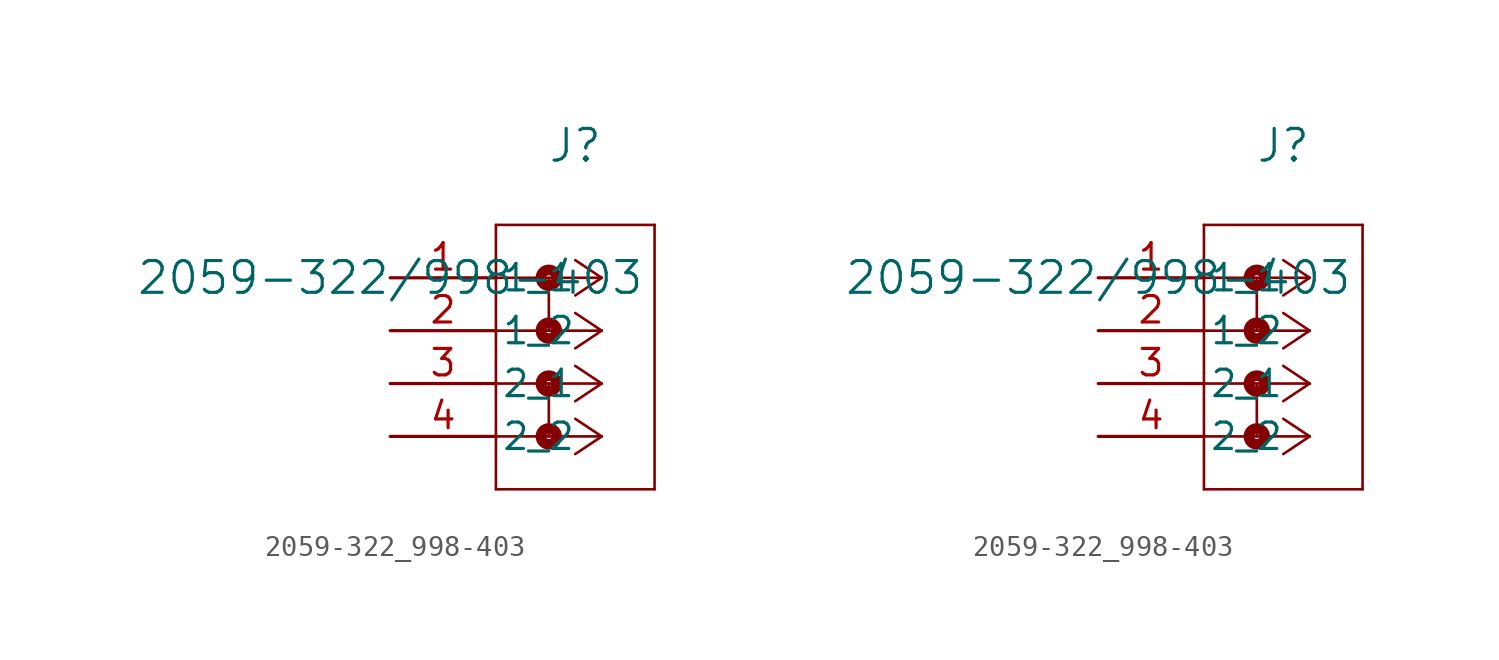
<source format=kicad_sym>
(kicad_symbol_lib
  (version 20211014)
  (generator kicad_symbol_editor)
  (symbol "2059-322_998-403"
    (pin_names
      (offset 0.254))
    (property "Reference" "J"
      (at 8.89 6.35 0)
      (effects (font (size 1.524 1.524))))
    (property "Value" "2059-322/998-403"
      (at 0 0 0)
      (effects (font (size 1.524 1.524))))
    (symbol "2059-322_998-403_1_1"
      (polyline (pts (xy 10.16 0) (xy 5.08 0)) (stroke (width 0.127) (type default) (color 0 0 0 0)) (fill (type none)))
      (polyline (pts (xy 10.16 -2.54) (xy 5.08 -2.54)) (stroke (width 0.127) (type default) (color 0 0 0 0)) (fill (type none)))
      (polyline (pts (xy 10.16 -5.08) (xy 5.08 -5.08)) (stroke (width 0.127) (type default) (color 0 0 0 0)) (fill (type none)))
      (polyline (pts (xy 10.16 -7.62) (xy 5.08 -7.62)) (stroke (width 0.127) (type default) (color 0 0 0 0)) (fill (type none)))
      (polyline (pts (xy 10.16 0) (xy 8.89 0.847)) (stroke (width 0.127) (type default) (color 0 0 0 0)) (fill (type none)))
      (polyline (pts (xy 10.16 -2.54) (xy 8.89 -1.693)) (stroke (width 0.127) (type default) (color 0 0 0 0)) (fill (type none)))
      (polyline (pts (xy 10.16 -5.08) (xy 8.89 -4.233)) (stroke (width 0.127) (type default) (color 0 0 0 0)) (fill (type none)))
      (polyline (pts (xy 10.16 -7.62) (xy 8.89 -6.773)) (stroke (width 0.127) (type default) (color 0 0 0 0)) (fill (type none)))
      (polyline (pts (xy 10.16 0) (xy 8.89 -0.847)) (stroke (width 0.127) (type default) (color 0 0 0 0)) (fill (type none)))
      (polyline (pts (xy 10.16 -2.54) (xy 8.89 -3.387)) (stroke (width 0.127) (type default) (color 0 0 0 0)) (fill (type none)))
      (polyline (pts (xy 10.16 -5.08) (xy 8.89 -5.927)) (stroke (width 0.127) (type default) (color 0 0 0 0)) (fill (type none)))
      (polyline (pts (xy 10.16 -7.62) (xy 8.89 -8.467)) (stroke (width 0.127) (type default) (color 0 0 0 0)) (fill (type none)))
      (polyline (pts (xy 5.08 2.54) (xy 5.08 -10.16)) (stroke (width 0.127) (type default) (color 0 0 0 0)) (fill (type none)))
      (polyline (pts (xy 5.08 -10.16) (xy 12.7 -10.16)) (stroke (width 0.127) (type default) (color 0 0 0 0)) (fill (type none)))
      (polyline (pts (xy 12.7 -10.16) (xy 12.7 2.54)) (stroke (width 0.127) (type default) (color 0 0 0 0)) (fill (type none)))
      (polyline (pts (xy 12.7 2.54) (xy 5.08 2.54)) (stroke (width 0.127) (type default) (color 0 0 0 0)) (fill (type none)))
      (circle (center 7.62 0) (radius 0.127) (stroke (width 0.508) (type default) (color 0 0 0 0)) (fill (type none)))
      (polyline (pts (xy 7.62 0) (xy 7.62 -2.54)) (stroke (width 0.127) (type default) (color 0 0 0 0)) (fill (type none)))
      (circle (center 7.62 -2.54) (radius 0.127) (stroke (width 0.508) (type default) (color 0 0 0 0)) (fill (type none)))
      (circle (center 7.62 -5.08) (radius 0.127) (stroke (width 0.508) (type default) (color 0 0 0 0)) (fill (type none)))
      (polyline (pts (xy 7.62 -5.08) (xy 7.62 -7.62)) (stroke (width 0.127) (type default) (color 0 0 0 0)) (fill (type none)))
      (circle (center 7.62 -7.62) (radius 0.127) (stroke (width 0.508) (type default) (color 0 0 0 0)) (fill (type none)))
      (pin unspecified line (at 0 0 0) (length 5.08) (name "1_1" (effects (font (size 1.27 1.27)))) (number "1" (effects (font (size 1.27 1.27)))))
      (pin unspecified line (at 0 -2.54 0) (length 5.08) (name "1_2" (effects (font (size 1.27 1.27)))) (number "2" (effects (font (size 1.27 1.27)))))
      (pin unspecified line (at 0 -5.08 0) (length 5.08) (name "2_1" (effects (font (size 1.27 1.27)))) (number "3" (effects (font (size 1.27 1.27)))))
      (pin unspecified line (at 0 -7.62 0) (length 5.08) (name "2_2" (effects (font (size 1.27 1.27)))) (number "4" (effects (font (size 1.27 1.27))))))
    (symbol "2059-322_998-403_1_2"
      (polyline (pts (xy 10.16 0) (xy 5.08 0)) (stroke (width 0.127) (type default) (color 0 0 0 0)) (fill (type none)))
      (polyline (pts (xy 10.16 -2.54) (xy 5.08 -2.54)) (stroke (width 0.127) (type default) (color 0 0 0 0)) (fill (type none)))
      (polyline (pts (xy 10.16 -5.08) (xy 5.08 -5.08)) (stroke (width 0.127) (type default) (color 0 0 0 0)) (fill (type none)))
      (polyline (pts (xy 10.16 -7.62) (xy 5.08 -7.62)) (stroke (width 0.127) (type default) (color 0 0 0 0)) (fill (type none)))
      (polyline (pts (xy 10.16 0) (xy 8.89 0.847)) (stroke (width 0.127) (type default) (color 0 0 0 0)) (fill (type none)))
      (polyline (pts (xy 10.16 -2.54) (xy 8.89 -1.693)) (stroke (width 0.127) (type default) (color 0 0 0 0)) (fill (type none)))
      (polyline (pts (xy 10.16 -5.08) (xy 8.89 -4.233)) (stroke (width 0.127) (type default) (color 0 0 0 0)) (fill (type none)))
      (polyline (pts (xy 10.16 -7.62) (xy 8.89 -6.773)) (stroke (width 0.127) (type default) (color 0 0 0 0)) (fill (type none)))
      (polyline (pts (xy 10.16 0) (xy 8.89 -0.847)) (stroke (width 0.127) (type default) (color 0 0 0 0)) (fill (type none)))
      (polyline (pts (xy 10.16 -2.54) (xy 8.89 -3.387)) (stroke (width 0.127) (type default) (color 0 0 0 0)) (fill (type none)))
      (polyline (pts (xy 10.16 -5.08) (xy 8.89 -5.927)) (stroke (width 0.127) (type default) (color 0 0 0 0)) (fill (type none)))
      (polyline (pts (xy 10.16 -7.62) (xy 8.89 -8.467)) (stroke (width 0.127) (type default) (color 0 0 0 0)) (fill (type none)))
      (polyline (pts (xy 5.08 2.54) (xy 5.08 -10.16)) (stroke (width 0.127) (type default) (color 0 0 0 0)) (fill (type none)))
      (polyline (pts (xy 5.08 -10.16) (xy 12.7 -10.16)) (stroke (width 0.127) (type default) (color 0 0 0 0)) (fill (type none)))
      (polyline (pts (xy 12.7 -10.16) (xy 12.7 2.54)) (stroke (width 0.127) (type default) (color 0 0 0 0)) (fill (type none)))
      (polyline (pts (xy 12.7 2.54) (xy 5.08 2.54)) (stroke (width 0.127) (type default) (color 0 0 0 0)) (fill (type none)))
      (circle (center 7.62 0) (radius 0.127) (stroke (width 0.508) (type default) (color 0 0 0 0)) (fill (type none)))
      (polyline (pts (xy 7.62 0) (xy 7.62 -2.54)) (stroke (width 0.127) (type default) (color 0 0 0 0)) (fill (type none)))
      (circle (center 7.62 -2.54) (radius 0.127) (stroke (width 0.508) (type default) (color 0 0 0 0)) (fill (type none)))
      (circle (center 7.62 -5.08) (radius 0.127) (stroke (width 0.508) (type default) (color 0 0 0 0)) (fill (type none)))
      (polyline (pts (xy 7.62 -5.08) (xy 7.62 -7.62)) (stroke (width 0.127) (type default) (color 0 0 0 0)) (fill (type none)))
      (circle (center 7.62 -7.62) (radius 0.127) (stroke (width 0.508) (type default) (color 0 0 0 0)) (fill (type none)))
      (pin unspecified line (at 0 0 0) (length 5.08) (name "1_1" (effects (font (size 1.27 1.27)))) (number "1" (effects (font (size 1.27 1.27)))))
      (pin unspecified line (at 0 -2.54 0) (length 5.08) (name "1_2" (effects (font (size 1.27 1.27)))) (number "2" (effects (font (size 1.27 1.27)))))
      (pin unspecified line (at 0 -5.08 0) (length 5.08) (name "2_1" (effects (font (size 1.27 1.27)))) (number "3" (effects (font (size 1.27 1.27)))))
      (pin unspecified line (at 0 -7.62 0) (length 5.08) (name "2_2" (effects (font (size 1.27 1.27)))) (number "4" (effects (font (size 1.27 1.27))))))))
</source>
